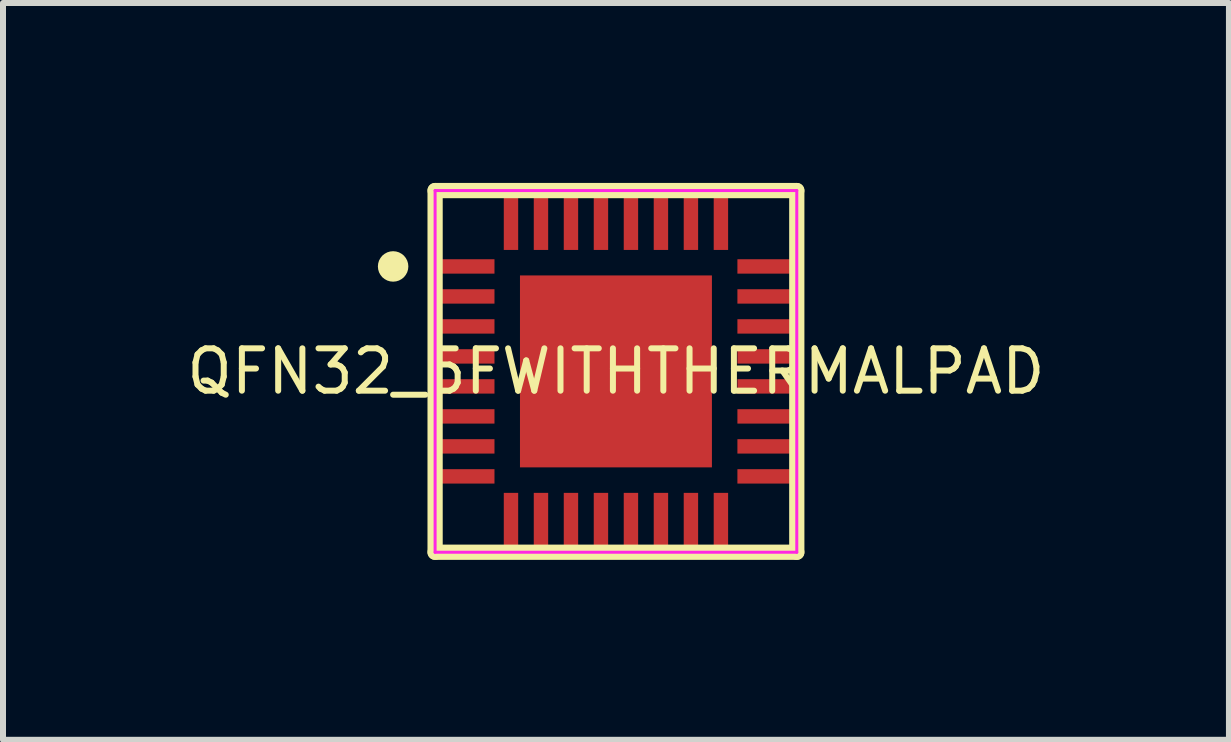
<source format=kicad_pcb>
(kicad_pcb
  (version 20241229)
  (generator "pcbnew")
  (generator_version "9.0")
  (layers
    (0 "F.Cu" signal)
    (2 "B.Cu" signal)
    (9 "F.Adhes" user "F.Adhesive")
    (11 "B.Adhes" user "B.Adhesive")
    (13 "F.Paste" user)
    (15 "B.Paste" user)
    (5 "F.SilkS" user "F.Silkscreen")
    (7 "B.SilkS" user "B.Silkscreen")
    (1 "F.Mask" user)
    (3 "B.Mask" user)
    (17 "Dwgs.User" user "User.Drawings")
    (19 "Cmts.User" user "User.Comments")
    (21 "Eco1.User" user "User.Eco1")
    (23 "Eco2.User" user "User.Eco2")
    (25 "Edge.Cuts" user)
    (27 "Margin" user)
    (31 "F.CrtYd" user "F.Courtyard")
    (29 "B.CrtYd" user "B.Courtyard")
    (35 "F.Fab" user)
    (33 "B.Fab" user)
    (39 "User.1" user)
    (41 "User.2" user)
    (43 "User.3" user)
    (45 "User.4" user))
  (footprint "QFN32_5FWITHTHERMALPAD"
    (layer "F.Cu")
    (at 7.219 3.142)
    (property "Reference" "QFN32_5FWITHTHERMALPAD" (at 0 0 0) (layer "F.SilkS") (effects (font (size 0.706 0.706) (thickness 0.1))))
    (attr through_hole)
    (fp_poly (pts (xy -3.015 -1.87) (xy -3.015 -1.63) (xy -2.025 -1.63) (xy -2.025 -1.87)) (stroke (width 0) (type solid)) (fill yes) (layer "F.Mask"))
    (fp_poly (pts (xy -3.015 -1.37) (xy -3.015 -1.13) (xy -2.025 -1.13) (xy -2.025 -1.37)) (stroke (width 0) (type solid)) (fill yes) (layer "F.Mask"))
    (fp_poly (pts (xy -3.015 -0.87) (xy -3.015 -0.63) (xy -2.025 -0.63) (xy -2.025 -0.87)) (stroke (width 0) (type solid)) (fill yes) (layer "F.Mask"))
    (fp_poly (pts (xy -3.015 -0.37) (xy -3.015 -0.13) (xy -2.025 -0.13) (xy -2.025 -0.37)) (stroke (width 0) (type solid)) (fill yes) (layer "F.Mask"))
    (fp_poly (pts (xy -3.015 0.13) (xy -3.015 0.37) (xy -2.025 0.37) (xy -2.025 0.13)) (stroke (width 0) (type solid)) (fill yes) (layer "F.Mask"))
    (fp_poly (pts (xy -3.015 0.63) (xy -3.015 0.87) (xy -2.025 0.87) (xy -2.025 0.63)) (stroke (width 0) (type solid)) (fill yes) (layer "F.Mask"))
    (fp_poly (pts (xy -3.015 1.13) (xy -3.015 1.37) (xy -2.025 1.37) (xy -2.025 1.13)) (stroke (width 0) (type solid)) (fill yes) (layer "F.Mask"))
    (fp_poly (pts (xy -3.015 1.63) (xy -3.015 1.87) (xy -2.025 1.87) (xy -2.025 1.63)) (stroke (width 0) (type solid)) (fill yes) (layer "F.Mask"))
    (fp_poly (pts (xy -1.87 3.015) (xy -1.63 3.015) (xy -1.63 2.025) (xy -1.87 2.025)) (stroke (width 0) (type solid)) (fill yes) (layer "F.Mask"))
    (fp_poly (pts (xy -1.63 -3.015) (xy -1.87 -3.015) (xy -1.87 -2.025) (xy -1.63 -2.025)) (stroke (width 0) (type solid)) (fill yes) (layer "F.Mask"))
    (fp_poly (pts (xy -1.6 1.6) (xy 1.6 1.6) (xy 1.6 -1.6) (xy -1.6 -1.6)) (stroke (width 0) (type solid)) (fill yes) (layer "F.Mask"))
    (fp_poly (pts (xy -1.37 3.015) (xy -1.13 3.015) (xy -1.13 2.025) (xy -1.37 2.025)) (stroke (width 0) (type solid)) (fill yes) (layer "F.Mask"))
    (fp_poly (pts (xy -1.13 -3.015) (xy -1.37 -3.015) (xy -1.37 -2.025) (xy -1.13 -2.025)) (stroke (width 0) (type solid)) (fill yes) (layer "F.Mask"))
    (fp_poly (pts (xy -0.87 3.015) (xy -0.63 3.015) (xy -0.63 2.025) (xy -0.87 2.025)) (stroke (width 0) (type solid)) (fill yes) (layer "F.Mask"))
    (fp_poly (pts (xy -0.63 -3.015) (xy -0.87 -3.015) (xy -0.87 -2.025) (xy -0.63 -2.025)) (stroke (width 0) (type solid)) (fill yes) (layer "F.Mask"))
    (fp_poly (pts (xy -0.37 3.015) (xy -0.13 3.015) (xy -0.13 2.025) (xy -0.37 2.025)) (stroke (width 0) (type solid)) (fill yes) (layer "F.Mask"))
    (fp_poly (pts (xy -0.13 -3.015) (xy -0.37 -3.015) (xy -0.37 -2.025) (xy -0.13 -2.025)) (stroke (width 0) (type solid)) (fill yes) (layer "F.Mask"))
    (fp_poly (pts (xy 0.13 3.015) (xy 0.37 3.015) (xy 0.37 2.025) (xy 0.13 2.025)) (stroke (width 0) (type solid)) (fill yes) (layer "F.Mask"))
    (fp_poly (pts (xy 0.37 -3.015) (xy 0.13 -3.015) (xy 0.13 -2.025) (xy 0.37 -2.025)) (stroke (width 0) (type solid)) (fill yes) (layer "F.Mask"))
    (fp_poly (pts (xy 0.63 3.015) (xy 0.87 3.015) (xy 0.87 2.025) (xy 0.63 2.025)) (stroke (width 0) (type solid)) (fill yes) (layer "F.Mask"))
    (fp_poly (pts (xy 0.87 -3.015) (xy 0.63 -3.015) (xy 0.63 -2.025) (xy 0.87 -2.025)) (stroke (width 0) (type solid)) (fill yes) (layer "F.Mask"))
    (fp_poly (pts (xy 1.13 3.015) (xy 1.37 3.015) (xy 1.37 2.025) (xy 1.13 2.025)) (stroke (width 0) (type solid)) (fill yes) (layer "F.Mask"))
    (fp_poly (pts (xy 1.37 -3.015) (xy 1.13 -3.015) (xy 1.13 -2.025) (xy 1.37 -2.025)) (stroke (width 0) (type solid)) (fill yes) (layer "F.Mask"))
    (fp_poly (pts (xy 1.63 3.015) (xy 1.87 3.015) (xy 1.87 2.025) (xy 1.63 2.025)) (stroke (width 0) (type solid)) (fill yes) (layer "F.Mask"))
    (fp_poly (pts (xy 1.87 -3.015) (xy 1.63 -3.015) (xy 1.63 -2.025) (xy 1.87 -2.025)) (stroke (width 0) (type solid)) (fill yes) (layer "F.Mask"))
    (fp_poly (pts (xy 3.015 -1.63) (xy 3.015 -1.87) (xy 2.025 -1.87) (xy 2.025 -1.63)) (stroke (width 0) (type solid)) (fill yes) (layer "F.Mask"))
    (fp_poly (pts (xy 3.015 -1.13) (xy 3.015 -1.37) (xy 2.025 -1.37) (xy 2.025 -1.13)) (stroke (width 0) (type solid)) (fill yes) (layer "F.Mask"))
    (fp_poly (pts (xy 3.015 -0.63) (xy 3.015 -0.87) (xy 2.025 -0.87) (xy 2.025 -0.63)) (stroke (width 0) (type solid)) (fill yes) (layer "F.Mask"))
    (fp_poly (pts (xy 3.015 -0.13) (xy 3.015 -0.37) (xy 2.025 -0.37) (xy 2.025 -0.13)) (stroke (width 0) (type solid)) (fill yes) (layer "F.Mask"))
    (fp_poly (pts (xy 3.015 0.37) (xy 3.015 0.13) (xy 2.025 0.13) (xy 2.025 0.37)) (stroke (width 0) (type solid)) (fill yes) (layer "F.Mask"))
    (fp_poly (pts (xy 3.015 0.87) (xy 3.015 0.63) (xy 2.025 0.63) (xy 2.025 0.87)) (stroke (width 0) (type solid)) (fill yes) (layer "F.Mask"))
    (fp_poly (pts (xy 3.015 1.37) (xy 3.015 1.13) (xy 2.025 1.13) (xy 2.025 1.37)) (stroke (width 0) (type solid)) (fill yes) (layer "F.Mask"))
    (fp_poly (pts (xy 3.015 1.87) (xy 3.015 1.63) (xy 2.025 1.63) (xy 2.025 1.87)) (stroke (width 0) (type solid)) (fill yes) (layer "F.Mask"))
    (fp_line (start -3.015 -3.015) (end -3.015 3.015) (stroke (width 0.254) (type solid)) (layer "F.SilkS"))
    (fp_line (start -3.015 3.015) (end 3.015 3.015) (stroke (width 0.254) (type solid)) (layer "F.SilkS"))
    (fp_line (start 3.015 -3.015) (end -3.015 -3.015) (stroke (width 0.254) (type solid)) (layer "F.SilkS"))
    (fp_line (start 3.015 3.015) (end 3.015 -3.015) (stroke (width 0.254) (type solid)) (layer "F.SilkS"))
    (fp_poly (pts (xy -3.461 -1.75) (xy -3.466 -1.8) (xy -3.48 -1.847) (xy -3.504 -1.891) (xy -3.535 -1.93) (xy -3.574 -1.961) (xy -3.618 -1.985) (xy -3.665 -1.999) (xy -3.715 -2.004) (xy -3.765 -1.999) (xy -3.812 -1.985) (xy -3.856 -1.961) (xy -3.895 -1.93) (xy -3.926 -1.891) (xy -3.95 -1.847) (xy -3.964 -1.8) (xy -3.969 -1.75) (xy -3.964 -1.7) (xy -3.95 -1.653) (xy -3.926 -1.609) (xy -3.895 -1.57) (xy -3.856 -1.539) (xy -3.812 -1.515) (xy -3.765 -1.501) (xy -3.715 -1.496) (xy -3.665 -1.501) (xy -3.618 -1.515) (xy -3.574 -1.539) (xy -3.535 -1.57) (xy -3.504 -1.609) (xy -3.48 -1.653) (xy -3.466 -1.7)) (stroke (width 0) (type solid)) (fill yes) (layer "F.SilkS"))
    (fp_poly (pts (xy -3.015 -1.87) (xy -3.015 -1.63) (xy -2.025 -1.63) (xy -2.025 -1.87)) (stroke (width 0) (type solid)) (fill yes) (layer "F.Paste"))
    (fp_poly (pts (xy -3.015 -1.37) (xy -3.015 -1.13) (xy -2.025 -1.13) (xy -2.025 -1.37)) (stroke (width 0) (type solid)) (fill yes) (layer "F.Paste"))
    (fp_poly (pts (xy -3.015 -0.87) (xy -3.015 -0.63) (xy -2.025 -0.63) (xy -2.025 -0.87)) (stroke (width 0) (type solid)) (fill yes) (layer "F.Paste"))
    (fp_poly (pts (xy -3.015 -0.37) (xy -3.015 -0.13) (xy -2.025 -0.13) (xy -2.025 -0.37)) (stroke (width 0) (type solid)) (fill yes) (layer "F.Paste"))
    (fp_poly (pts (xy -3.015 0.13) (xy -3.015 0.37) (xy -2.025 0.37) (xy -2.025 0.13)) (stroke (width 0) (type solid)) (fill yes) (layer "F.Paste"))
    (fp_poly (pts (xy -3.015 0.63) (xy -3.015 0.87) (xy -2.025 0.87) (xy -2.025 0.63)) (stroke (width 0) (type solid)) (fill yes) (layer "F.Paste"))
    (fp_poly (pts (xy -3.015 1.13) (xy -3.015 1.37) (xy -2.025 1.37) (xy -2.025 1.13)) (stroke (width 0) (type solid)) (fill yes) (layer "F.Paste"))
    (fp_poly (pts (xy -3.015 1.63) (xy -3.015 1.87) (xy -2.025 1.87) (xy -2.025 1.63)) (stroke (width 0) (type solid)) (fill yes) (layer "F.Paste"))
    (fp_poly (pts (xy -1.87 3.015) (xy -1.63 3.015) (xy -1.63 2.025) (xy -1.87 2.025)) (stroke (width 0) (type solid)) (fill yes) (layer "F.Paste"))
    (fp_poly (pts (xy -1.63 -3.015) (xy -1.87 -3.015) (xy -1.87 -2.025) (xy -1.63 -2.025)) (stroke (width 0) (type solid)) (fill yes) (layer "F.Paste"))
    (fp_poly (pts (xy -1.6 1.6) (xy 1.6 1.6) (xy 1.6 -1.6) (xy -1.6 -1.6)) (stroke (width 0) (type solid)) (fill yes) (layer "F.Paste"))
    (fp_poly (pts (xy -1.37 3.015) (xy -1.13 3.015) (xy -1.13 2.025) (xy -1.37 2.025)) (stroke (width 0) (type solid)) (fill yes) (layer "F.Paste"))
    (fp_poly (pts (xy -1.13 -3.015) (xy -1.37 -3.015) (xy -1.37 -2.025) (xy -1.13 -2.025)) (stroke (width 0) (type solid)) (fill yes) (layer "F.Paste"))
    (fp_poly (pts (xy -0.87 3.015) (xy -0.63 3.015) (xy -0.63 2.025) (xy -0.87 2.025)) (stroke (width 0) (type solid)) (fill yes) (layer "F.Paste"))
    (fp_poly (pts (xy -0.63 -3.015) (xy -0.87 -3.015) (xy -0.87 -2.025) (xy -0.63 -2.025)) (stroke (width 0) (type solid)) (fill yes) (layer "F.Paste"))
    (fp_poly (pts (xy -0.37 3.015) (xy -0.13 3.015) (xy -0.13 2.025) (xy -0.37 2.025)) (stroke (width 0) (type solid)) (fill yes) (layer "F.Paste"))
    (fp_poly (pts (xy -0.13 -3.015) (xy -0.37 -3.015) (xy -0.37 -2.025) (xy -0.13 -2.025)) (stroke (width 0) (type solid)) (fill yes) (layer "F.Paste"))
    (fp_poly (pts (xy 0.13 3.015) (xy 0.37 3.015) (xy 0.37 2.025) (xy 0.13 2.025)) (stroke (width 0) (type solid)) (fill yes) (layer "F.Paste"))
    (fp_poly (pts (xy 0.37 -3.015) (xy 0.13 -3.015) (xy 0.13 -2.025) (xy 0.37 -2.025)) (stroke (width 0) (type solid)) (fill yes) (layer "F.Paste"))
    (fp_poly (pts (xy 0.63 3.015) (xy 0.87 3.015) (xy 0.87 2.025) (xy 0.63 2.025)) (stroke (width 0) (type solid)) (fill yes) (layer "F.Paste"))
    (fp_poly (pts (xy 0.87 -3.015) (xy 0.63 -3.015) (xy 0.63 -2.025) (xy 0.87 -2.025)) (stroke (width 0) (type solid)) (fill yes) (layer "F.Paste"))
    (fp_poly (pts (xy 1.13 3.015) (xy 1.37 3.015) (xy 1.37 2.025) (xy 1.13 2.025)) (stroke (width 0) (type solid)) (fill yes) (layer "F.Paste"))
    (fp_poly (pts (xy 1.37 -3.015) (xy 1.13 -3.015) (xy 1.13 -2.025) (xy 1.37 -2.025)) (stroke (width 0) (type solid)) (fill yes) (layer "F.Paste"))
    (fp_poly (pts (xy 1.63 3.015) (xy 1.87 3.015) (xy 1.87 2.025) (xy 1.63 2.025)) (stroke (width 0) (type solid)) (fill yes) (layer "F.Paste"))
    (fp_poly (pts (xy 1.87 -3.015) (xy 1.63 -3.015) (xy 1.63 -2.025) (xy 1.87 -2.025)) (stroke (width 0) (type solid)) (fill yes) (layer "F.Paste"))
    (fp_poly (pts (xy 3.015 -1.63) (xy 3.015 -1.87) (xy 2.025 -1.87) (xy 2.025 -1.63)) (stroke (width 0) (type solid)) (fill yes) (layer "F.Paste"))
    (fp_poly (pts (xy 3.015 -1.13) (xy 3.015 -1.37) (xy 2.025 -1.37) (xy 2.025 -1.13)) (stroke (width 0) (type solid)) (fill yes) (layer "F.Paste"))
    (fp_poly (pts (xy 3.015 -0.63) (xy 3.015 -0.87) (xy 2.025 -0.87) (xy 2.025 -0.63)) (stroke (width 0) (type solid)) (fill yes) (layer "F.Paste"))
    (fp_poly (pts (xy 3.015 -0.13) (xy 3.015 -0.37) (xy 2.025 -0.37) (xy 2.025 -0.13)) (stroke (width 0) (type solid)) (fill yes) (layer "F.Paste"))
    (fp_poly (pts (xy 3.015 0.37) (xy 3.015 0.13) (xy 2.025 0.13) (xy 2.025 0.37)) (stroke (width 0) (type solid)) (fill yes) (layer "F.Paste"))
    (fp_poly (pts (xy 3.015 0.87) (xy 3.015 0.63) (xy 2.025 0.63) (xy 2.025 0.87)) (stroke (width 0) (type solid)) (fill yes) (layer "F.Paste"))
    (fp_poly (pts (xy 3.015 1.37) (xy 3.015 1.13) (xy 2.025 1.13) (xy 2.025 1.37)) (stroke (width 0) (type solid)) (fill yes) (layer "F.Paste"))
    (fp_poly (pts (xy 3.015 1.87) (xy 3.015 1.63) (xy 2.025 1.63) (xy 2.025 1.87)) (stroke (width 0) (type solid)) (fill yes) (layer "F.Paste"))
    (fp_line (start -3.015 -3.015) (end -3.015 3.015) (stroke (width 0.05) (type solid)) (layer "F.CrtYd"))
    (fp_line (start -3.015 3.015) (end 3.015 3.015) (stroke (width 0.05) (type solid)) (layer "F.CrtYd"))
    (fp_line (start 3.015 -3.015) (end -3.015 -3.015) (stroke (width 0.05) (type solid)) (layer "F.CrtYd"))
    (fp_line (start 3.015 3.015) (end 3.015 -3.015) (stroke (width 0.05) (type solid)) (layer "F.CrtYd"))
    (pad "1" smd rect (at -2.52 -1.75 270) (size 0.24 0.99) (layers "F.Cu"))
    (pad "2" smd rect (at -2.52 -1.25 270) (size 0.24 0.99) (layers "F.Cu"))
    (pad "3" smd rect (at -2.52 -0.75 270) (size 0.24 0.99) (layers "F.Cu"))
    (pad "4" smd rect (at -2.52 -0.25 270) (size 0.24 0.99) (layers "F.Cu"))
    (pad "5" smd rect (at -2.52 0.25 270) (size 0.24 0.99) (layers "F.Cu"))
    (pad "6" smd rect (at -2.52 0.75 270) (size 0.24 0.99) (layers "F.Cu"))
    (pad "7" smd rect (at -2.52 1.25 270) (size 0.24 0.99) (layers "F.Cu"))
    (pad "8" smd rect (at -2.52 1.75 270) (size 0.24 0.99) (layers "F.Cu"))
    (pad "9" smd rect (at -1.75 2.52) (size 0.24 0.99) (layers "F.Cu"))
    (pad "10" smd rect (at -1.25 2.52) (size 0.24 0.99) (layers "F.Cu"))
    (pad "11" smd rect (at -0.75 2.52) (size 0.24 0.99) (layers "F.Cu"))
    (pad "12" smd rect (at -0.25 2.52) (size 0.24 0.99) (layers "F.Cu"))
    (pad "13" smd rect (at 0.25 2.52) (size 0.24 0.99) (layers "F.Cu"))
    (pad "14" smd rect (at 0.75 2.52) (size 0.24 0.99) (layers "F.Cu"))
    (pad "15" smd rect (at 1.25 2.52) (size 0.24 0.99) (layers "F.Cu"))
    (pad "16" smd rect (at 1.75 2.52) (size 0.24 0.99) (layers "F.Cu"))
    (pad "17" smd rect (at 2.52 1.75 90) (size 0.24 0.99) (layers "F.Cu"))
    (pad "18" smd rect (at 2.52 1.25 90) (size 0.24 0.99) (layers "F.Cu"))
    (pad "19" smd rect (at 2.52 0.75 90) (size 0.24 0.99) (layers "F.Cu"))
    (pad "20" smd rect (at 2.52 0.25 90) (size 0.24 0.99) (layers "F.Cu"))
    (pad "21" smd rect (at 2.52 -0.25 90) (size 0.24 0.99) (layers "F.Cu"))
    (pad "22" smd rect (at 2.52 -0.75 90) (size 0.24 0.99) (layers "F.Cu"))
    (pad "23" smd rect (at 2.52 -1.25 90) (size 0.24 0.99) (layers "F.Cu"))
    (pad "24" smd rect (at 2.52 -1.75 90) (size 0.24 0.99) (layers "F.Cu"))
    (pad "25" smd rect (at 1.75 -2.52 180) (size 0.24 0.99) (layers "F.Cu"))
    (pad "26" smd rect (at 1.25 -2.52 180) (size 0.24 0.99) (layers "F.Cu"))
    (pad "27" smd rect (at 0.75 -2.52 180) (size 0.24 0.99) (layers "F.Cu"))
    (pad "28" smd rect (at 0.25 -2.52 180) (size 0.24 0.99) (layers "F.Cu"))
    (pad "29" smd rect (at -0.25 -2.52 180) (size 0.24 0.99) (layers "F.Cu"))
    (pad "30" smd rect (at -0.75 -2.52 180) (size 0.24 0.99) (layers "F.Cu"))
    (pad "31" smd rect (at -1.25 -2.52 180) (size 0.24 0.99) (layers "F.Cu"))
    (pad "32" smd rect (at -1.75 -2.52 180) (size 0.24 0.99) (layers "F.Cu"))
    (pad "33" smd rect (at 0 0) (size 3.2 3.2) (layers "F.Cu")))
  (gr_rect
    (start -3 -3)
    (end 17.439 9.284)
    (stroke (width 0.1) (type default))
    (fill no)
    (layer "Edge.Cuts")))
</source>
